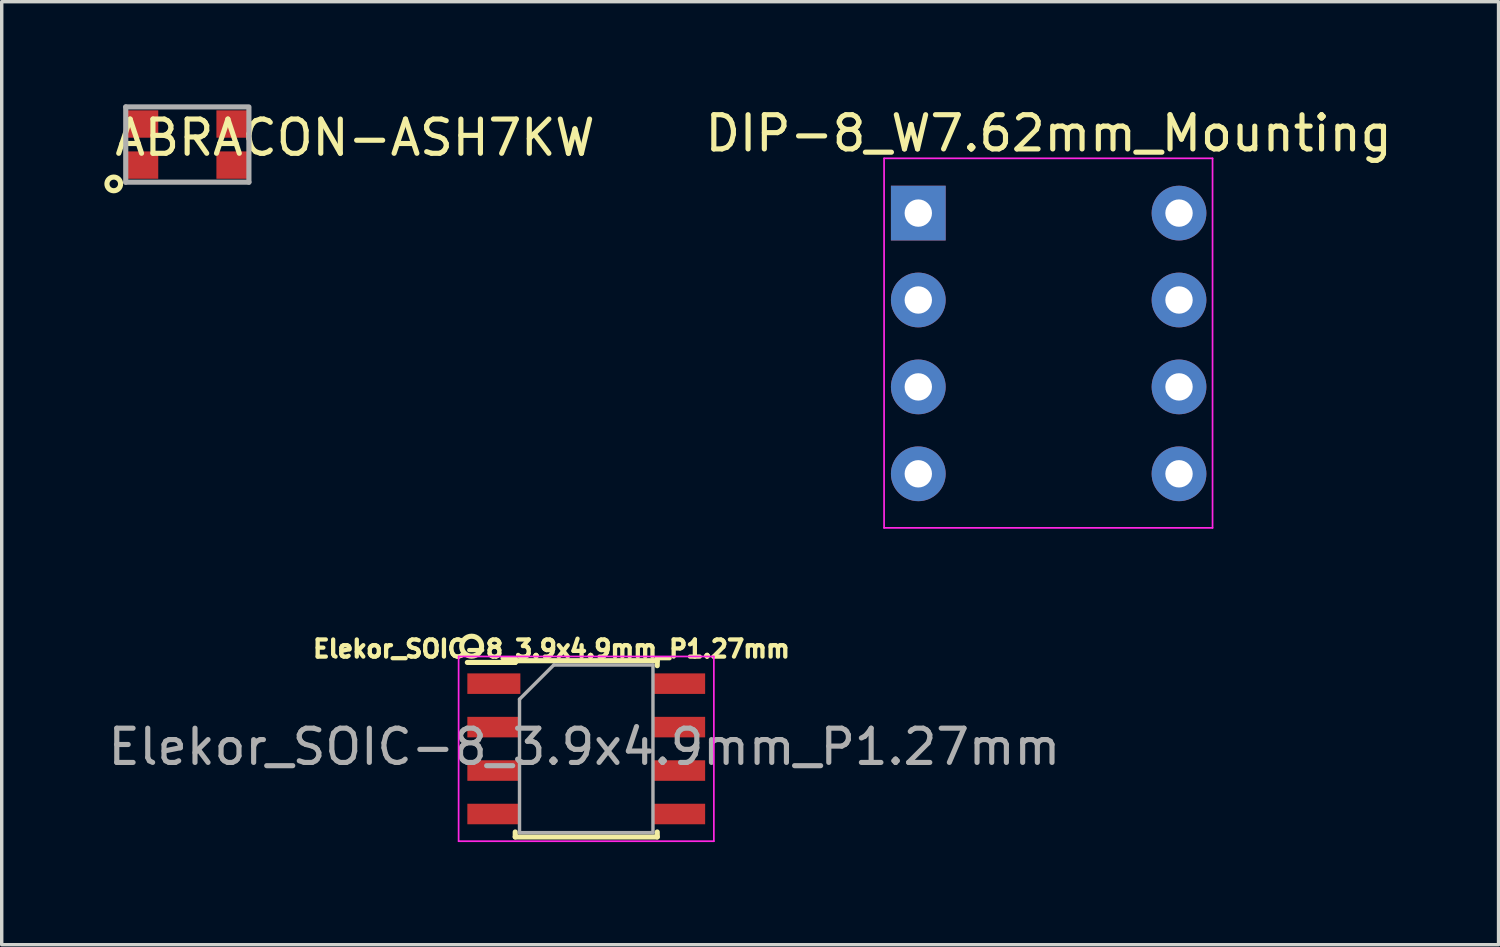
<source format=kicad_pcb>
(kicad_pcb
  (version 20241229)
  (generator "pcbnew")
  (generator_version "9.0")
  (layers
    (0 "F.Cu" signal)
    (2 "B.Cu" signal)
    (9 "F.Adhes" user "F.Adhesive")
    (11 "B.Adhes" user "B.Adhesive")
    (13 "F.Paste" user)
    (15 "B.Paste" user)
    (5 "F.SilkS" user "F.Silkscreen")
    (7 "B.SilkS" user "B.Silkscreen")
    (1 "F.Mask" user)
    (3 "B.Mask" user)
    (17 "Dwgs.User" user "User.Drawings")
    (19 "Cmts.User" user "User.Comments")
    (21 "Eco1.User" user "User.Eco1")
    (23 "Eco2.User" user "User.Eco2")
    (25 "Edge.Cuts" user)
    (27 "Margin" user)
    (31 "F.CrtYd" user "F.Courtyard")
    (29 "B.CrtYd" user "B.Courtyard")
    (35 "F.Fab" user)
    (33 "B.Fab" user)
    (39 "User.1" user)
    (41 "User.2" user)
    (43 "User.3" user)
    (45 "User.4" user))
  (footprint "DIP-8_W7.62mm_Mounting"
    (layer "F.Cu")
    (at 23.789 3.178)
    (property "Reference" "DIP-8_W7.62mm_Mounting" (at 3.81 -2.33 0) (layer "F.SilkS") (effects (font (size 1 1) (thickness 0.15))))
    (attr through_hole)
    (fp_line (start -1 -1.6) (end -1 9.2) (stroke (width 0.05) (type solid)) (layer "F.CrtYd"))
    (fp_line (start -1 9.2) (end 8.6 9.2) (stroke (width 0.05) (type solid)) (layer "F.CrtYd"))
    (fp_line (start 8.6 -1.6) (end -1 -1.6) (stroke (width 0.05) (type solid)) (layer "F.CrtYd"))
    (fp_line (start 8.6 9.2) (end 8.6 -1.6) (stroke (width 0.05) (type solid)) (layer "F.CrtYd"))
    (pad "1" thru_hole rect (at 0 0) (size 1.6 1.6) (drill 0.8) (layers "*.Cu" "*.Mask"))
    (pad "2" thru_hole oval (at 0 2.54) (size 1.6 1.6) (drill 0.8) (layers "*.Cu" "*.Mask"))
    (pad "3" thru_hole oval (at 0 5.08) (size 1.6 1.6) (drill 0.8) (layers "*.Cu" "*.Mask"))
    (pad "4" thru_hole oval (at 0 7.62) (size 1.6 1.6) (drill 0.8) (layers "*.Cu" "*.Mask"))
    (pad "5" thru_hole oval (at 7.62 7.62) (size 1.6 1.6) (drill 0.8) (layers "*.Cu" "*.Mask"))
    (pad "6" thru_hole oval (at 7.62 5.08) (size 1.6 1.6) (drill 0.8) (layers "*.Cu" "*.Mask"))
    (pad "7" thru_hole oval (at 7.62 2.54) (size 1.6 1.6) (drill 0.8) (layers "*.Cu" "*.Mask"))
    (pad "8" thru_hole oval (at 7.62 0) (size 1.6 1.6) (drill 0.8) (layers "*.Cu" "*.Mask")))
  (footprint "Elekor_SOIC-8_3.9x4.9mm_P1.27mm"
    (layer "F.Cu")
    (at 14.084 18.836)
    (property "Reference" "Elekor_SOIC-8_3.9x4.9mm_P1.27mm" (at -1.016 -2.921 0) (layer "F.SilkS") (effects (font (size 0.5 0.5) (thickness 0.125))))
    (attr smd)
    (fp_line (start -2.075 -2.575) (end -2.075 -2.525) (stroke (width 0.15) (type solid)) (layer "F.SilkS"))
    (fp_line (start -2.075 -2.575) (end 2.075 -2.575) (stroke (width 0.15) (type solid)) (layer "F.SilkS"))
    (fp_line (start -2.075 -2.525) (end -3.475 -2.525) (stroke (width 0.15) (type solid)) (layer "F.SilkS"))
    (fp_line (start -2.075 2.575) (end -2.075 2.43) (stroke (width 0.15) (type solid)) (layer "F.SilkS"))
    (fp_line (start -2.075 2.575) (end 2.075 2.575) (stroke (width 0.15) (type solid)) (layer "F.SilkS"))
    (fp_line (start 2.075 -2.575) (end 2.075 -2.43) (stroke (width 0.15) (type solid)) (layer "F.SilkS"))
    (fp_line (start 2.075 2.575) (end 2.075 2.43) (stroke (width 0.15) (type solid)) (layer "F.SilkS"))
    (fp_circle (center -3.35 -3) (end -3.5 -2.75) (stroke (width 0.15) (type solid)) (fill no) (layer "F.SilkS"))
    (fp_line (start -3.73 -2.7) (end -3.73 2.7) (stroke (width 0.05) (type solid)) (layer "F.CrtYd"))
    (fp_line (start -3.73 -2.7) (end 3.73 -2.7) (stroke (width 0.05) (type solid)) (layer "F.CrtYd"))
    (fp_line (start -3.73 2.7) (end 3.73 2.7) (stroke (width 0.05) (type solid)) (layer "F.CrtYd"))
    (fp_line (start 3.73 -2.7) (end 3.73 2.7) (stroke (width 0.05) (type solid)) (layer "F.CrtYd"))
    (fp_line (start -1.95 -1.45) (end -0.95 -2.45) (stroke (width 0.1) (type solid)) (layer "F.Fab"))
    (fp_line (start -1.95 2.45) (end -1.95 -1.45) (stroke (width 0.1) (type solid)) (layer "F.Fab"))
    (fp_line (start -0.95 -2.45) (end 1.95 -2.45) (stroke (width 0.1) (type solid)) (layer "F.Fab"))
    (fp_line (start 1.95 -2.45) (end 1.95 2.45) (stroke (width 0.1) (type solid)) (layer "F.Fab"))
    (fp_line (start 1.95 2.45) (end -1.95 2.45) (stroke (width 0.1) (type solid)) (layer "F.Fab"))
    (fp_text user "${REFERENCE}" (at -0.054 -0.058 0) (layer "F.Fab") (effects (font (size 1 1) (thickness 0.15))))
    (pad "1" smd rect (at -2.7 -1.905) (size 1.55 0.6) (layers "F.Cu" "F.Mask" "F.Paste"))
    (pad "2" smd rect (at -2.7 -0.635) (size 1.55 0.6) (layers "F.Cu" "F.Mask" "F.Paste"))
    (pad "3" smd rect (at -2.7 0.635) (size 1.55 0.6) (layers "F.Cu" "F.Mask" "F.Paste"))
    (pad "4" smd rect (at -2.7 1.905) (size 1.55 0.6) (layers "F.Cu" "F.Mask" "F.Paste"))
    (pad "5" smd rect (at 2.7 1.905) (size 1.55 0.6) (layers "F.Cu" "F.Mask" "F.Paste"))
    (pad "6" smd rect (at 2.7 0.635) (size 1.55 0.6) (layers "F.Cu" "F.Mask" "F.Paste"))
    (pad "7" smd rect (at 2.7 -0.635) (size 1.55 0.6) (layers "F.Cu" "F.Mask" "F.Paste"))
    (pad "8" smd rect (at 2.7 -1.905) (size 1.55 0.6) (layers "F.Cu" "F.Mask" "F.Paste")))
  (footprint "ABRACON-ASH7KW"
    (layer "F.Cu")
    (at 2.425 0.575)
    (property "Reference" "ABRACON-ASH7KW" (at 4.9 0.4 0) (layer "F.SilkS") (effects (font (size 1 1) (thickness 0.15))))
    (attr through_hole)
    (fp_circle (center -2.15 1.75) (end -2.15 1.95) (stroke (width 0.15) (type solid)) (fill no) (layer "F.SilkS"))
    (fp_line (start -1.8 -0.5) (end 1.8 -0.5) (stroke (width 0.15) (type solid)) (layer "F.Fab"))
    (fp_line (start -1.8 1.7) (end -1.8 -0.5) (stroke (width 0.15) (type solid)) (layer "F.Fab"))
    (fp_line (start 1.8 -0.45) (end 1.8 1.7) (stroke (width 0.15) (type solid)) (layer "F.Fab"))
    (fp_line (start 1.8 1.7) (end -1.8 1.7) (stroke (width 0.15) (type solid)) (layer "F.Fab"))
    (pad "1" smd rect (at -1.35 1.2) (size 1 0.8) (layers "F.Cu" "F.Mask" "F.Paste"))
    (pad "2" smd rect (at 1.35 1.2) (size 1 0.8) (layers "F.Cu" "F.Mask" "F.Paste"))
    (pad "3" smd rect (at 1.35 0) (size 1 0.8) (layers "F.Cu" "F.Mask" "F.Paste"))
    (pad "4" smd rect (at -1.35 0) (size 1 0.8) (layers "F.Cu" "F.Mask" "F.Paste")))
  (gr_rect
    (start -3 -3)
    (end 40.748 24.561)
    (stroke (width 0.1) (type default))
    (fill no)
    (layer "Edge.Cuts")))
</source>
